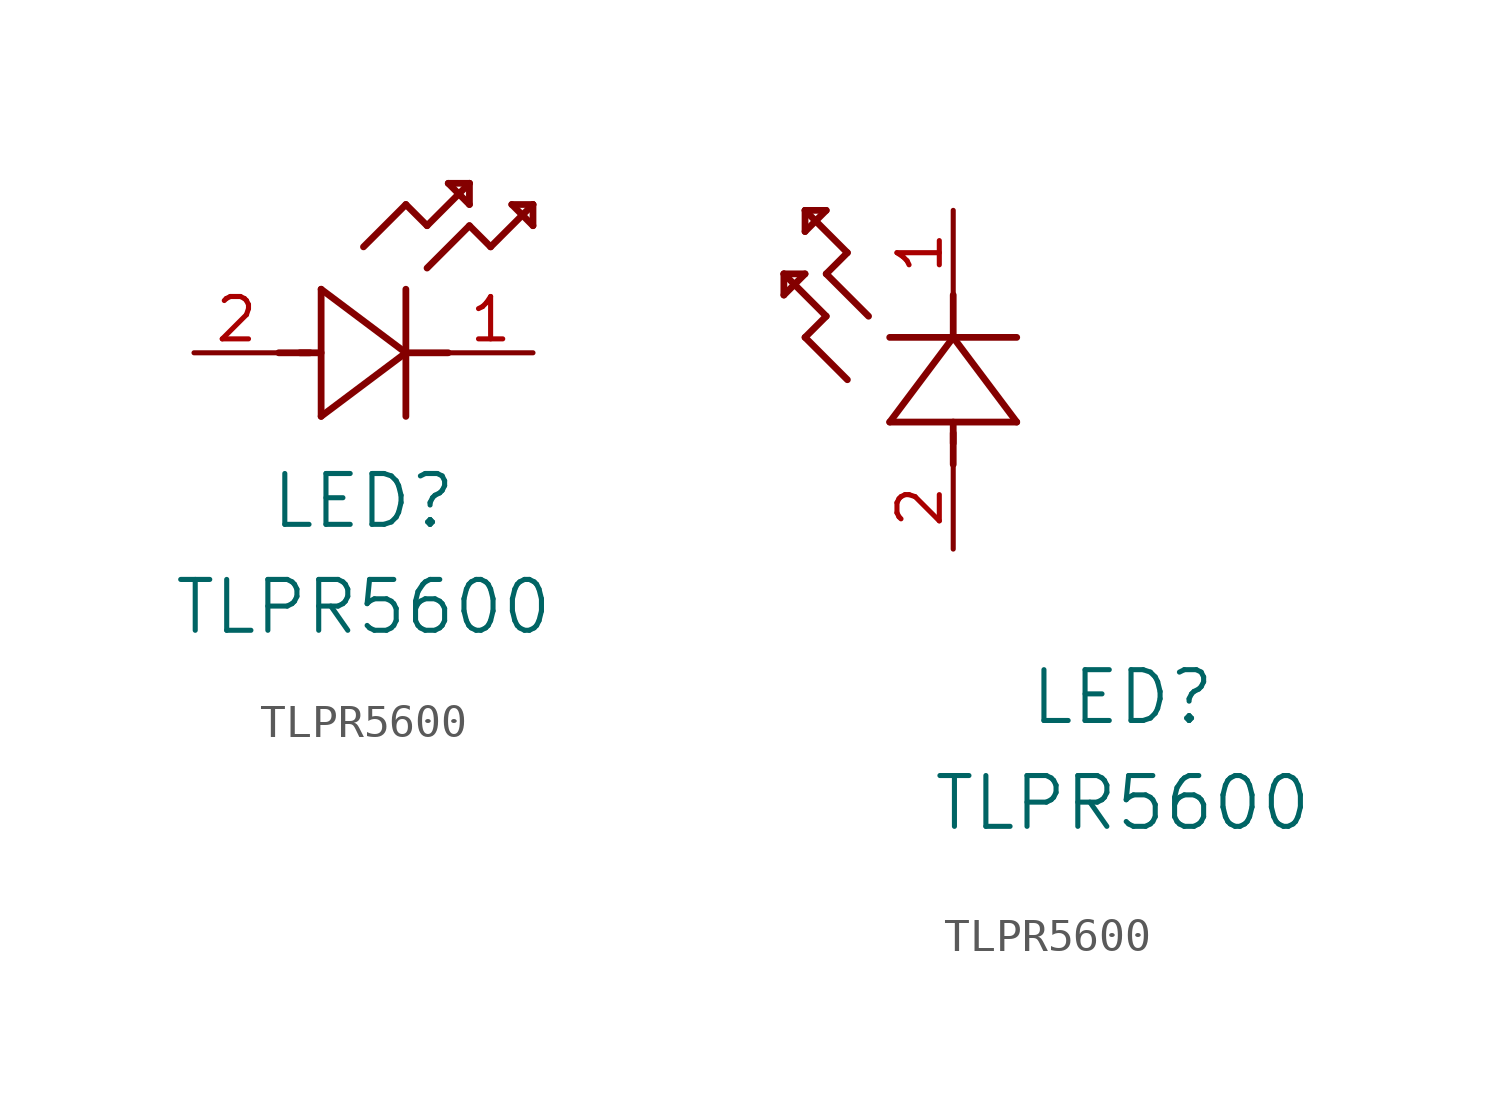
<source format=kicad_sym>
(kicad_symbol_lib
  (version 20211014)
  (generator kicad_symbol_editor)
  (symbol "TLPR5600"
    (pin_names
      (offset 0.254))
    (property "Reference" "LED"
      (at 5.08 -4.445 0)
      (effects (font (size 1.524 1.524))))
    (property "Value" "TLPR5600"
      (at 5.08 -7.62 0)
      (effects (font (size 1.524 1.524))))
    (symbol "TLPR5600_1_1"
      (polyline (pts (xy 2.54 0) (xy 3.48 0)) (stroke (width 0.203) (type default) (color 0 0 0 0)) (fill (type none)))
      (polyline (pts (xy 3.81 1.905) (xy 3.81 -1.905)) (stroke (width 0.203) (type default) (color 0 0 0 0)) (fill (type none)))
      (polyline (pts (xy 3.175 0) (xy 3.81 0)) (stroke (width 0.203) (type default) (color 0 0 0 0)) (fill (type none)))
      (polyline (pts (xy 6.35 -1.905) (xy 6.35 1.905)) (stroke (width 0.203) (type default) (color 0 0 0 0)) (fill (type none)))
      (polyline (pts (xy 6.35 0) (xy 7.62 0)) (stroke (width 0.203) (type default) (color 0 0 0 0)) (fill (type none)))
      (polyline (pts (xy 6.35 4.445) (xy 6.985 3.81)) (stroke (width 0.203) (type default) (color 0 0 0 0)) (fill (type none)))
      (polyline (pts (xy 6.985 3.81) (xy 8.255 5.08)) (stroke (width 0.203) (type default) (color 0 0 0 0)) (fill (type none)))
      (polyline (pts (xy 8.255 3.81) (xy 8.89 3.175)) (stroke (width 0.203) (type default) (color 0 0 0 0)) (fill (type none)))
      (polyline (pts (xy 8.89 3.175) (xy 10.16 4.445)) (stroke (width 0.203) (type default) (color 0 0 0 0)) (fill (type none)))
      (polyline (pts (xy 8.255 5.08) (xy 7.62 5.08)) (stroke (width 0.203) (type default) (color 0 0 0 0)) (fill (type none)))
      (polyline (pts (xy 7.62 5.08) (xy 8.255 4.445)) (stroke (width 0.203) (type default) (color 0 0 0 0)) (fill (type none)))
      (polyline (pts (xy 8.255 4.445) (xy 8.255 5.08)) (stroke (width 0.203) (type default) (color 0 0 0 0)) (fill (type none)))
      (polyline (pts (xy 10.16 4.445) (xy 9.525 4.445)) (stroke (width 0.203) (type default) (color 0 0 0 0)) (fill (type none)))
      (polyline (pts (xy 9.525 4.445) (xy 10.16 3.81)) (stroke (width 0.203) (type default) (color 0 0 0 0)) (fill (type none)))
      (polyline (pts (xy 10.16 3.81) (xy 10.16 4.445)) (stroke (width 0.203) (type default) (color 0 0 0 0)) (fill (type none)))
      (polyline (pts (xy 6.985 2.54) (xy 8.255 3.81)) (stroke (width 0.203) (type default) (color 0 0 0 0)) (fill (type none)))
      (polyline (pts (xy 6.35 0) (xy 3.81 1.905)) (stroke (width 0.203) (type default) (color 0 0 0 0)) (fill (type none)))
      (polyline (pts (xy 3.81 -1.905) (xy 6.35 0)) (stroke (width 0.203) (type default) (color 0 0 0 0)) (fill (type none)))
      (polyline (pts (xy 5.08 3.175) (xy 6.35 4.445)) (stroke (width 0.203) (type default) (color 0 0 0 0)) (fill (type none)))
      (pin unspecified line (at 10.16 0 180) (length 2.54) (name "" (effects (font (size 1.27 1.27)))) (number "1" (effects (font (size 1.27 1.27)))))
      (pin unspecified line (at 0 0 0) (length 2.54) (name "" (effects (font (size 1.27 1.27)))) (number "2" (effects (font (size 1.27 1.27))))))
    (symbol "TLPR5600_1_2"
      (polyline (pts (xy 0 2.54) (xy 0 3.48)) (stroke (width 0.203) (type default) (color 0 0 0 0)) (fill (type none)))
      (polyline (pts (xy -1.905 3.81) (xy 1.905 3.81)) (stroke (width 0.203) (type default) (color 0 0 0 0)) (fill (type none)))
      (polyline (pts (xy 0 3.175) (xy 0 3.81)) (stroke (width 0.203) (type default) (color 0 0 0 0)) (fill (type none)))
      (polyline (pts (xy 1.905 6.35) (xy -1.905 6.35)) (stroke (width 0.203) (type default) (color 0 0 0 0)) (fill (type none)))
      (polyline (pts (xy 0 6.35) (xy 0 7.62)) (stroke (width 0.203) (type default) (color 0 0 0 0)) (fill (type none)))
      (polyline (pts (xy 0 6.35) (xy -1.905 3.81)) (stroke (width 0.203) (type default) (color 0 0 0 0)) (fill (type none)))
      (polyline (pts (xy 1.905 3.81) (xy 0 6.35)) (stroke (width 0.203) (type default) (color 0 0 0 0)) (fill (type none)))
      (polyline (pts (xy -4.445 6.35) (xy -3.81 6.985)) (stroke (width 0.203) (type default) (color 0 0 0 0)) (fill (type none)))
      (polyline (pts (xy -2.54 6.985) (xy -3.81 8.255)) (stroke (width 0.203) (type default) (color 0 0 0 0)) (fill (type none)))
      (polyline (pts (xy -3.175 5.08) (xy -4.445 6.35)) (stroke (width 0.203) (type default) (color 0 0 0 0)) (fill (type none)))
      (polyline (pts (xy -4.445 10.16) (xy -4.445 9.525)) (stroke (width 0.203) (type default) (color 0 0 0 0)) (fill (type none)))
      (polyline (pts (xy -4.445 9.525) (xy -3.81 10.16)) (stroke (width 0.203) (type default) (color 0 0 0 0)) (fill (type none)))
      (polyline (pts (xy -3.81 10.16) (xy -4.445 10.16)) (stroke (width 0.203) (type default) (color 0 0 0 0)) (fill (type none)))
      (polyline (pts (xy -3.81 8.255) (xy -3.175 8.89)) (stroke (width 0.203) (type default) (color 0 0 0 0)) (fill (type none)))
      (polyline (pts (xy -3.175 8.89) (xy -4.445 10.16)) (stroke (width 0.203) (type default) (color 0 0 0 0)) (fill (type none)))
      (polyline (pts (xy -3.81 6.985) (xy -5.08 8.255)) (stroke (width 0.203) (type default) (color 0 0 0 0)) (fill (type none)))
      (polyline (pts (xy -5.08 8.255) (xy -5.08 7.62)) (stroke (width 0.203) (type default) (color 0 0 0 0)) (fill (type none)))
      (polyline (pts (xy -5.08 7.62) (xy -4.445 8.255)) (stroke (width 0.203) (type default) (color 0 0 0 0)) (fill (type none)))
      (polyline (pts (xy -4.445 8.255) (xy -5.08 8.255)) (stroke (width 0.203) (type default) (color 0 0 0 0)) (fill (type none)))
      (pin unspecified line (at 0 10.16 270) (length 2.54) (name "" (effects (font (size 1.27 1.27)))) (number "1" (effects (font (size 1.27 1.27)))))
      (pin unspecified line (at 0 0 90) (length 2.54) (name "" (effects (font (size 1.27 1.27)))) (number "2" (effects (font (size 1.27 1.27))))))))
</source>
